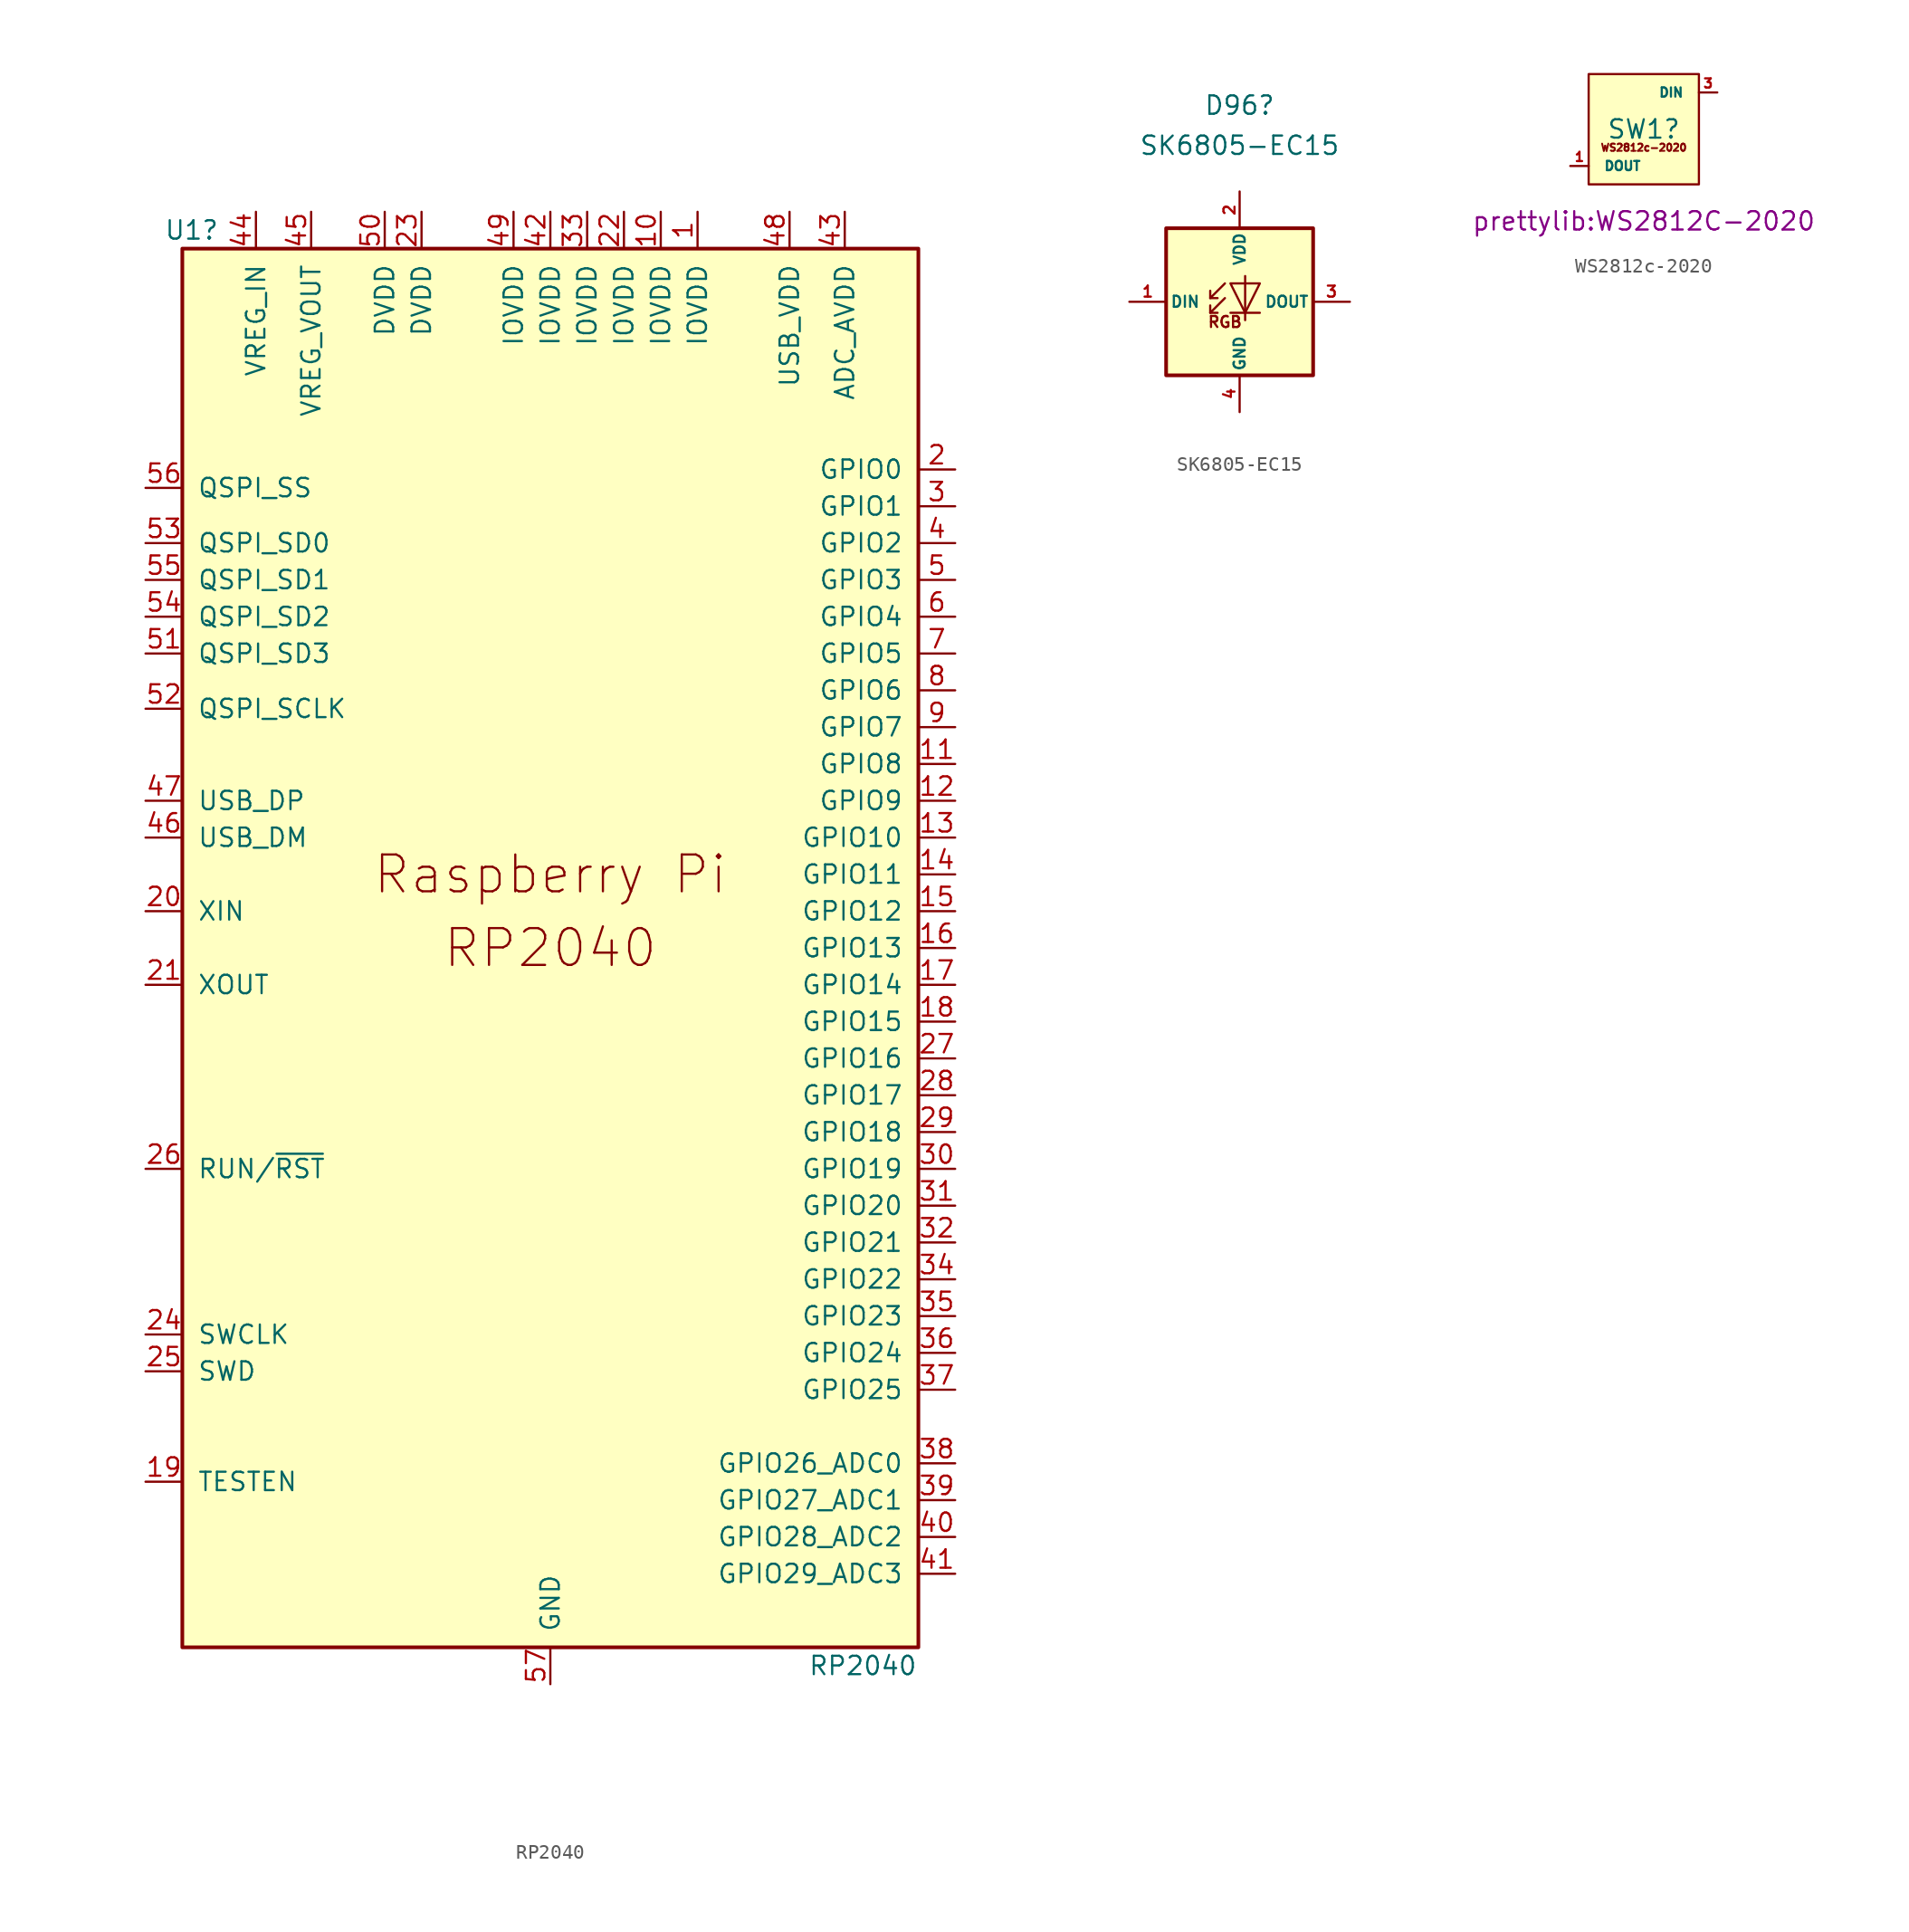
<source format=kicad_sym>
(kicad_symbol_lib
  (version 20211014)
  (generator kicad_symbol_editor)
  (symbol "RP2040"
    (pin_names
      (offset 1.016))
    (property "Reference" "U1"
      (at -26.67 49.53 0)
      (effects (font (size 1.27 1.27)) (justify left)))
    (property "Value" "RP2040"
      (at 17.78 -49.53 0)
      (effects (font (size 1.27 1.27)) (justify left)))
    (symbol "RP2040_0_0"
      (text "Raspberry Pi" (at 0 5.08 0) (effects (font (size 2.54 2.54))))
      (text "RP2040" (at 0 0 0) (effects (font (size 2.54 2.54)))))
    (symbol "RP2040_0_1"
      (rectangle (start -25.4 48.26) (end 25.4 -48.26) (stroke (width 0.254) (type default) (color 0 0 0 0)) (fill (type background))))
    (symbol "RP2040_1_1"
      (pin power_in line (at 10.16 50.8 270) (length 2.54) (name "IOVDD" (effects (font (size 1.27 1.27)))) (number "1" (effects (font (size 1.27 1.27)))))
      (pin power_in line (at 7.62 50.8 270) (length 2.54) (name "IOVDD" (effects (font (size 1.27 1.27)))) (number "10" (effects (font (size 1.27 1.27)))))
      (pin bidirectional line (at 27.94 12.7 180) (length 2.54) (name "GPIO8" (effects (font (size 1.27 1.27)))) (number "11" (effects (font (size 1.27 1.27)))))
      (pin bidirectional line (at 27.94 10.16 180) (length 2.54) (name "GPIO9" (effects (font (size 1.27 1.27)))) (number "12" (effects (font (size 1.27 1.27)))))
      (pin bidirectional line (at 27.94 7.62 180) (length 2.54) (name "GPIO10" (effects (font (size 1.27 1.27)))) (number "13" (effects (font (size 1.27 1.27)))))
      (pin bidirectional line (at 27.94 5.08 180) (length 2.54) (name "GPIO11" (effects (font (size 1.27 1.27)))) (number "14" (effects (font (size 1.27 1.27)))))
      (pin bidirectional line (at 27.94 2.54 180) (length 2.54) (name "GPIO12" (effects (font (size 1.27 1.27)))) (number "15" (effects (font (size 1.27 1.27)))))
      (pin bidirectional line (at 27.94 0 180) (length 2.54) (name "GPIO13" (effects (font (size 1.27 1.27)))) (number "16" (effects (font (size 1.27 1.27)))))
      (pin bidirectional line (at 27.94 -2.54 180) (length 2.54) (name "GPIO14" (effects (font (size 1.27 1.27)))) (number "17" (effects (font (size 1.27 1.27)))))
      (pin bidirectional line (at 27.94 -5.08 180) (length 2.54) (name "GPIO15" (effects (font (size 1.27 1.27)))) (number "18" (effects (font (size 1.27 1.27)))))
      (pin passive line (at -27.94 -36.83 0) (length 2.54) (name "TESTEN" (effects (font (size 1.27 1.27)))) (number "19" (effects (font (size 1.27 1.27)))))
      (pin bidirectional line (at 27.94 33.02 180) (length 2.54) (name "GPIO0" (effects (font (size 1.27 1.27)))) (number "2" (effects (font (size 1.27 1.27)))))
      (pin input line (at -27.94 2.54 0) (length 2.54) (name "XIN" (effects (font (size 1.27 1.27)))) (number "20" (effects (font (size 1.27 1.27)))))
      (pin passive line (at -27.94 -2.54 0) (length 2.54) (name "XOUT" (effects (font (size 1.27 1.27)))) (number "21" (effects (font (size 1.27 1.27)))))
      (pin power_in line (at 5.08 50.8 270) (length 2.54) (name "IOVDD" (effects (font (size 1.27 1.27)))) (number "22" (effects (font (size 1.27 1.27)))))
      (pin power_in line (at -8.89 50.8 270) (length 2.54) (name "DVDD" (effects (font (size 1.27 1.27)))) (number "23" (effects (font (size 1.27 1.27)))))
      (pin output line (at -27.94 -26.67 0) (length 2.54) (name "SWCLK" (effects (font (size 1.27 1.27)))) (number "24" (effects (font (size 1.27 1.27)))))
      (pin bidirectional line (at -27.94 -29.21 0) (length 2.54) (name "SWD" (effects (font (size 1.27 1.27)))) (number "25" (effects (font (size 1.27 1.27)))))
      (pin input line (at -27.94 -15.24 0) (length 2.54) (name "RUN/~{RST}" (effects (font (size 1.27 1.27)))) (number "26" (effects (font (size 1.27 1.27)))))
      (pin bidirectional line (at 27.94 -7.62 180) (length 2.54) (name "GPIO16" (effects (font (size 1.27 1.27)))) (number "27" (effects (font (size 1.27 1.27)))))
      (pin bidirectional line (at 27.94 -10.16 180) (length 2.54) (name "GPIO17" (effects (font (size 1.27 1.27)))) (number "28" (effects (font (size 1.27 1.27)))))
      (pin bidirectional line (at 27.94 -12.7 180) (length 2.54) (name "GPIO18" (effects (font (size 1.27 1.27)))) (number "29" (effects (font (size 1.27 1.27)))))
      (pin bidirectional line (at 27.94 30.48 180) (length 2.54) (name "GPIO1" (effects (font (size 1.27 1.27)))) (number "3" (effects (font (size 1.27 1.27)))))
      (pin bidirectional line (at 27.94 -15.24 180) (length 2.54) (name "GPIO19" (effects (font (size 1.27 1.27)))) (number "30" (effects (font (size 1.27 1.27)))))
      (pin bidirectional line (at 27.94 -17.78 180) (length 2.54) (name "GPIO20" (effects (font (size 1.27 1.27)))) (number "31" (effects (font (size 1.27 1.27)))))
      (pin bidirectional line (at 27.94 -20.32 180) (length 2.54) (name "GPIO21" (effects (font (size 1.27 1.27)))) (number "32" (effects (font (size 1.27 1.27)))))
      (pin power_in line (at 2.54 50.8 270) (length 2.54) (name "IOVDD" (effects (font (size 1.27 1.27)))) (number "33" (effects (font (size 1.27 1.27)))))
      (pin bidirectional line (at 27.94 -22.86 180) (length 2.54) (name "GPIO22" (effects (font (size 1.27 1.27)))) (number "34" (effects (font (size 1.27 1.27)))))
      (pin bidirectional line (at 27.94 -25.4 180) (length 2.54) (name "GPIO23" (effects (font (size 1.27 1.27)))) (number "35" (effects (font (size 1.27 1.27)))))
      (pin bidirectional line (at 27.94 -27.94 180) (length 2.54) (name "GPIO24" (effects (font (size 1.27 1.27)))) (number "36" (effects (font (size 1.27 1.27)))))
      (pin bidirectional line (at 27.94 -30.48 180) (length 2.54) (name "GPIO25" (effects (font (size 1.27 1.27)))) (number "37" (effects (font (size 1.27 1.27)))))
      (pin bidirectional line (at 27.94 -35.56 180) (length 2.54) (name "GPIO26_ADC0" (effects (font (size 1.27 1.27)))) (number "38" (effects (font (size 1.27 1.27)))))
      (pin bidirectional line (at 27.94 -38.1 180) (length 2.54) (name "GPIO27_ADC1" (effects (font (size 1.27 1.27)))) (number "39" (effects (font (size 1.27 1.27)))))
      (pin bidirectional line (at 27.94 27.94 180) (length 2.54) (name "GPIO2" (effects (font (size 1.27 1.27)))) (number "4" (effects (font (size 1.27 1.27)))))
      (pin bidirectional line (at 27.94 -40.64 180) (length 2.54) (name "GPIO28_ADC2" (effects (font (size 1.27 1.27)))) (number "40" (effects (font (size 1.27 1.27)))))
      (pin bidirectional line (at 27.94 -43.18 180) (length 2.54) (name "GPIO29_ADC3" (effects (font (size 1.27 1.27)))) (number "41" (effects (font (size 1.27 1.27)))))
      (pin power_in line (at 0 50.8 270) (length 2.54) (name "IOVDD" (effects (font (size 1.27 1.27)))) (number "42" (effects (font (size 1.27 1.27)))))
      (pin power_in line (at 20.32 50.8 270) (length 2.54) (name "ADC_AVDD" (effects (font (size 1.27 1.27)))) (number "43" (effects (font (size 1.27 1.27)))))
      (pin power_in line (at -20.32 50.8 270) (length 2.54) (name "VREG_IN" (effects (font (size 1.27 1.27)))) (number "44" (effects (font (size 1.27 1.27)))))
      (pin power_out line (at -16.51 50.8 270) (length 2.54) (name "VREG_VOUT" (effects (font (size 1.27 1.27)))) (number "45" (effects (font (size 1.27 1.27)))))
      (pin bidirectional line (at -27.94 7.62 0) (length 2.54) (name "USB_DM" (effects (font (size 1.27 1.27)))) (number "46" (effects (font (size 1.27 1.27)))))
      (pin bidirectional line (at -27.94 10.16 0) (length 2.54) (name "USB_DP" (effects (font (size 1.27 1.27)))) (number "47" (effects (font (size 1.27 1.27)))))
      (pin power_in line (at 16.51 50.8 270) (length 2.54) (name "USB_VDD" (effects (font (size 1.27 1.27)))) (number "48" (effects (font (size 1.27 1.27)))))
      (pin power_in line (at -2.54 50.8 270) (length 2.54) (name "IOVDD" (effects (font (size 1.27 1.27)))) (number "49" (effects (font (size 1.27 1.27)))))
      (pin bidirectional line (at 27.94 25.4 180) (length 2.54) (name "GPIO3" (effects (font (size 1.27 1.27)))) (number "5" (effects (font (size 1.27 1.27)))))
      (pin power_in line (at -11.43 50.8 270) (length 2.54) (name "DVDD" (effects (font (size 1.27 1.27)))) (number "50" (effects (font (size 1.27 1.27)))))
      (pin bidirectional line (at -27.94 20.32 0) (length 2.54) (name "QSPI_SD3" (effects (font (size 1.27 1.27)))) (number "51" (effects (font (size 1.27 1.27)))))
      (pin output line (at -27.94 16.51 0) (length 2.54) (name "QSPI_SCLK" (effects (font (size 1.27 1.27)))) (number "52" (effects (font (size 1.27 1.27)))))
      (pin bidirectional line (at -27.94 27.94 0) (length 2.54) (name "QSPI_SD0" (effects (font (size 1.27 1.27)))) (number "53" (effects (font (size 1.27 1.27)))))
      (pin bidirectional line (at -27.94 22.86 0) (length 2.54) (name "QSPI_SD2" (effects (font (size 1.27 1.27)))) (number "54" (effects (font (size 1.27 1.27)))))
      (pin bidirectional line (at -27.94 25.4 0) (length 2.54) (name "QSPI_SD1" (effects (font (size 1.27 1.27)))) (number "55" (effects (font (size 1.27 1.27)))))
      (pin bidirectional line (at -27.94 31.75 0) (length 2.54) (name "QSPI_SS" (effects (font (size 1.27 1.27)))) (number "56" (effects (font (size 1.27 1.27)))))
      (pin power_in line (at 0 -50.8 90) (length 2.54) (name "GND" (effects (font (size 1.27 1.27)))) (number "57" (effects (font (size 1.27 1.27)))))
      (pin bidirectional line (at 27.94 22.86 180) (length 2.54) (name "GPIO4" (effects (font (size 1.27 1.27)))) (number "6" (effects (font (size 1.27 1.27)))))
      (pin bidirectional line (at 27.94 20.32 180) (length 2.54) (name "GPIO5" (effects (font (size 1.27 1.27)))) (number "7" (effects (font (size 1.27 1.27)))))
      (pin bidirectional line (at 27.94 17.78 180) (length 2.54) (name "GPIO6" (effects (font (size 1.27 1.27)))) (number "8" (effects (font (size 1.27 1.27)))))
      (pin bidirectional line (at 27.94 15.24 180) (length 2.54) (name "GPIO7" (effects (font (size 1.27 1.27)))) (number "9" (effects (font (size 1.27 1.27)))))))
  (symbol "SK6805-EC15"
    (pin_names
      (offset 0.254))
    (property "Reference" "D96"
      (at 0 13.57 0)
      (effects (font (size 1.27 1.27))))
    (property "Value" "SK6805-EC15"
      (at 0 10.795 0)
      (effects (font (size 1.27 1.27))))
    (symbol "SK6805-EC15_0_0"
      (text "RGB" (at -1.016 -1.397 0) (effects (font (size 0.762 0.762)))))
    (symbol "SK6805-EC15_0_1"
      (polyline (pts (xy -2.032 -0.762) (xy -1.524 -0.762)) (stroke (width 0) (type default) (color 0 0 0 0)) (fill (type none)))
      (polyline (pts (xy -2.032 0.254) (xy -1.524 0.254)) (stroke (width 0) (type default) (color 0 0 0 0)) (fill (type none)))
      (polyline (pts (xy 1.397 -0.762) (xy -0.635 -0.762)) (stroke (width 0) (type default) (color 0 0 0 0)) (fill (type none)))
      (polyline (pts (xy -1.016 0.254) (xy -2.032 -0.762) (xy -2.032 -0.254)) (stroke (width 0) (type default) (color 0 0 0 0)) (fill (type none)))
      (polyline (pts (xy -1.016 1.27) (xy -2.032 0.254) (xy -2.032 0.762)) (stroke (width 0) (type default) (color 0 0 0 0)) (fill (type none)))
      (polyline (pts (xy 0.381 1.778) (xy 0.381 -0.762) (xy 0.381 -1.27)) (stroke (width 0) (type default) (color 0 0 0 0)) (fill (type none)))
      (polyline (pts (xy 1.397 1.27) (xy -0.635 1.27) (xy 0.381 -0.762) (xy 1.397 1.27)) (stroke (width 0) (type default) (color 0 0 0 0)) (fill (type none)))
      (rectangle (start 5.08 5.08) (end -5.08 -5.08) (stroke (width 0.254) (type default) (color 0 0 0 0)) (fill (type background))))
    (symbol "SK6805-EC15_1_1"
      (pin input line (at -7.62 0 0) (length 2.54) (name "DIN" (effects (font (size 0.762 0.762)))) (number "1" (effects (font (size 0.762 0.762)))))
      (pin power_in line (at 0 7.62 270) (length 2.54) (name "VDD" (effects (font (size 0.762 0.762)))) (number "2" (effects (font (size 0.762 0.762)))))
      (pin output line (at 7.62 0 180) (length 2.54) (name "DOUT" (effects (font (size 0.762 0.762)))) (number "3" (effects (font (size 0.762 0.762)))))
      (pin power_in line (at 0 -7.62 90) (length 2.54) (name "GND" (effects (font (size 0.762 0.762)))) (number "4" (effects (font (size 0.762 0.762)))))))
  (symbol "WS2812c-2020"
    (pin_names
      (offset 1.016))
    (property "Reference" "SW1"
      (at 0 0 0)
      (effects (font (size 1.27 1.27))))
    (property "Footprint" "prettylib:WS2812C-2020"
      (at 0 -6.35 0)
      (effects (font (size 1.27 1.27))))
    (symbol "WS2812c-2020_0_0"
      (text "WS2812c-2020" (at 0 -1.27 0) (effects (font (size 0.5 0.5)))))
    (symbol "WS2812c-2020_1_0"
      (pin input line (at 5.08 2.54 180) (length 1.27) (name "DIN" (effects (font (size 0.635 0.635)))) (number "3" (effects (font (size 0.635 0.635))))))
    (symbol "WS2812c-2020_1_1"
      (rectangle (start 3.81 -3.81) (end -3.81 3.81) (stroke (width 0) (type default) (color 0 0 0 0)) (fill (type background)))
      (pin output line (at -5.08 -2.54 0) (length 1.27) (name "DOUT" (effects (font (size 0.635 0.635)))) (number "1" (effects (font (size 0.635 0.635)))))
      (pin power_in line (at 5.08 -2.54 180) (length 1.27) hide (name "GND" (effects (font (size 0.635 0.635)))) (number "2" (effects (font (size 0.635 0.635)))))
      (pin power_in line (at -5.08 2.54 0) (length 1.27) hide (name "VDD" (effects (font (size 0.635 0.635)))) (number "4" (effects (font (size 0.635 0.635))))))))
</source>
